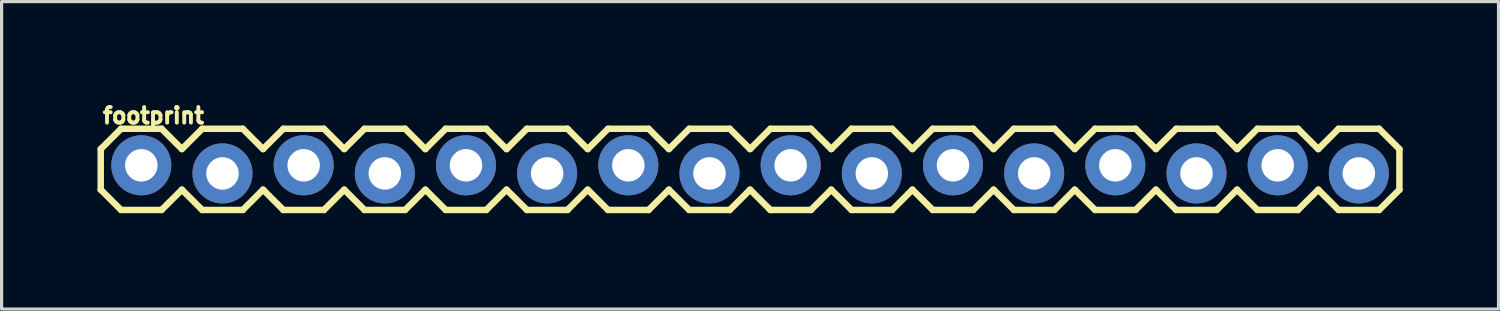
<source format=kicad_pcb>
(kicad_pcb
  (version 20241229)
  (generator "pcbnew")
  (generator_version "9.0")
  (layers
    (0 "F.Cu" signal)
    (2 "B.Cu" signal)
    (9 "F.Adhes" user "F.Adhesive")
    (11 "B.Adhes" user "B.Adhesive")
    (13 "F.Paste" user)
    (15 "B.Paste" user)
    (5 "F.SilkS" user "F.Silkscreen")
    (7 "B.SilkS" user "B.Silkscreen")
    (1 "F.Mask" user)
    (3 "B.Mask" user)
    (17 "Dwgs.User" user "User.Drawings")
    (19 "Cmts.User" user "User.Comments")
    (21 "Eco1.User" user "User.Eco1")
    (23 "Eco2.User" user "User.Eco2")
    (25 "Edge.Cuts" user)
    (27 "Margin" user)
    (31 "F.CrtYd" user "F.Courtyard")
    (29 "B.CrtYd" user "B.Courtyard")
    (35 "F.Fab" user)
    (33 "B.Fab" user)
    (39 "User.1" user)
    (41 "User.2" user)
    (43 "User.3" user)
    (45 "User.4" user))
  (footprint "footprint"
    (layer "F.Cu")
    (at 1.372 2.25)
    (property "Reference" "footprint" (at -1.27 -1.397 0) (layer "F.SilkS") (effects (font (size 0.488 0.488) (thickness 0.122)) (justify left bottom)))
    (fp_line (start -1.27 -0.635) (end -1.27 0.635) (stroke (width 0.203) (type solid)) (layer "F.SilkS"))
    (fp_line (start -1.27 0.635) (end -0.635 1.27) (stroke (width 0.203) (type solid)) (layer "F.SilkS"))
    (fp_line (start -0.635 -1.27) (end -1.27 -0.635) (stroke (width 0.203) (type solid)) (layer "F.SilkS"))
    (fp_line (start -0.635 -1.27) (end 0.635 -1.27) (stroke (width 0.203) (type solid)) (layer "F.SilkS"))
    (fp_line (start 0.635 -1.27) (end 1.27 -0.635) (stroke (width 0.203) (type solid)) (layer "F.SilkS"))
    (fp_line (start 0.635 1.27) (end -0.635 1.27) (stroke (width 0.203) (type solid)) (layer "F.SilkS"))
    (fp_line (start 1.27 -0.635) (end 1.905 -1.27) (stroke (width 0.203) (type solid)) (layer "F.SilkS"))
    (fp_line (start 1.27 0.635) (end 0.635 1.27) (stroke (width 0.203) (type solid)) (layer "F.SilkS"))
    (fp_line (start 1.905 -1.27) (end 3.175 -1.27) (stroke (width 0.203) (type solid)) (layer "F.SilkS"))
    (fp_line (start 1.905 1.27) (end 1.27 0.635) (stroke (width 0.203) (type solid)) (layer "F.SilkS"))
    (fp_line (start 3.175 -1.27) (end 3.81 -0.635) (stroke (width 0.203) (type solid)) (layer "F.SilkS"))
    (fp_line (start 3.175 1.27) (end 1.905 1.27) (stroke (width 0.203) (type solid)) (layer "F.SilkS"))
    (fp_line (start 3.81 -0.635) (end 4.445 -1.27) (stroke (width 0.203) (type solid)) (layer "F.SilkS"))
    (fp_line (start 3.81 0.635) (end 3.175 1.27) (stroke (width 0.203) (type solid)) (layer "F.SilkS"))
    (fp_line (start 4.445 -1.27) (end 5.715 -1.27) (stroke (width 0.203) (type solid)) (layer "F.SilkS"))
    (fp_line (start 4.445 1.27) (end 3.81 0.635) (stroke (width 0.203) (type solid)) (layer "F.SilkS"))
    (fp_line (start 5.715 -1.27) (end 6.35 -0.635) (stroke (width 0.203) (type solid)) (layer "F.SilkS"))
    (fp_line (start 5.715 1.27) (end 4.445 1.27) (stroke (width 0.203) (type solid)) (layer "F.SilkS"))
    (fp_line (start 6.35 0.635) (end 5.715 1.27) (stroke (width 0.203) (type solid)) (layer "F.SilkS"))
    (fp_line (start 6.35 0.635) (end 6.985 1.27) (stroke (width 0.203) (type solid)) (layer "F.SilkS"))
    (fp_line (start 6.985 -1.27) (end 6.35 -0.635) (stroke (width 0.203) (type solid)) (layer "F.SilkS"))
    (fp_line (start 6.985 -1.27) (end 8.255 -1.27) (stroke (width 0.203) (type solid)) (layer "F.SilkS"))
    (fp_line (start 8.255 -1.27) (end 8.89 -0.635) (stroke (width 0.203) (type solid)) (layer "F.SilkS"))
    (fp_line (start 8.255 1.27) (end 6.985 1.27) (stroke (width 0.203) (type solid)) (layer "F.SilkS"))
    (fp_line (start 8.89 -0.635) (end 9.525 -1.27) (stroke (width 0.203) (type solid)) (layer "F.SilkS"))
    (fp_line (start 8.89 0.635) (end 8.255 1.27) (stroke (width 0.203) (type solid)) (layer "F.SilkS"))
    (fp_line (start 9.525 -1.27) (end 10.795 -1.27) (stroke (width 0.203) (type solid)) (layer "F.SilkS"))
    (fp_line (start 9.525 1.27) (end 8.89 0.635) (stroke (width 0.203) (type solid)) (layer "F.SilkS"))
    (fp_line (start 10.795 -1.27) (end 11.43 -0.635) (stroke (width 0.203) (type solid)) (layer "F.SilkS"))
    (fp_line (start 10.795 1.27) (end 9.525 1.27) (stroke (width 0.203) (type solid)) (layer "F.SilkS"))
    (fp_line (start 11.43 -0.635) (end 12.065 -1.27) (stroke (width 0.203) (type solid)) (layer "F.SilkS"))
    (fp_line (start 11.43 0.635) (end 10.795 1.27) (stroke (width 0.203) (type solid)) (layer "F.SilkS"))
    (fp_line (start 12.065 -1.27) (end 13.335 -1.27) (stroke (width 0.203) (type solid)) (layer "F.SilkS"))
    (fp_line (start 12.065 1.27) (end 11.43 0.635) (stroke (width 0.203) (type solid)) (layer "F.SilkS"))
    (fp_line (start 13.335 -1.27) (end 13.97 -0.635) (stroke (width 0.203) (type solid)) (layer "F.SilkS"))
    (fp_line (start 13.335 1.27) (end 12.065 1.27) (stroke (width 0.203) (type solid)) (layer "F.SilkS"))
    (fp_line (start 13.97 0.635) (end 13.335 1.27) (stroke (width 0.203) (type solid)) (layer "F.SilkS"))
    (fp_line (start 13.97 0.635) (end 14.605 1.27) (stroke (width 0.203) (type solid)) (layer "F.SilkS"))
    (fp_line (start 14.605 -1.27) (end 13.97 -0.635) (stroke (width 0.203) (type solid)) (layer "F.SilkS"))
    (fp_line (start 14.605 -1.27) (end 15.875 -1.27) (stroke (width 0.203) (type solid)) (layer "F.SilkS"))
    (fp_line (start 15.875 -1.27) (end 16.51 -0.635) (stroke (width 0.203) (type solid)) (layer "F.SilkS"))
    (fp_line (start 15.875 1.27) (end 14.605 1.27) (stroke (width 0.203) (type solid)) (layer "F.SilkS"))
    (fp_line (start 16.51 0.635) (end 15.875 1.27) (stroke (width 0.203) (type solid)) (layer "F.SilkS"))
    (fp_line (start 16.51 0.635) (end 17.145 1.27) (stroke (width 0.203) (type solid)) (layer "F.SilkS"))
    (fp_line (start 17.145 -1.27) (end 16.51 -0.635) (stroke (width 0.203) (type solid)) (layer "F.SilkS"))
    (fp_line (start 17.145 -1.27) (end 18.415 -1.27) (stroke (width 0.203) (type solid)) (layer "F.SilkS"))
    (fp_line (start 18.415 -1.27) (end 19.05 -0.635) (stroke (width 0.203) (type solid)) (layer "F.SilkS"))
    (fp_line (start 18.415 1.27) (end 17.145 1.27) (stroke (width 0.203) (type solid)) (layer "F.SilkS"))
    (fp_line (start 19.05 -0.635) (end 19.685 -1.27) (stroke (width 0.203) (type solid)) (layer "F.SilkS"))
    (fp_line (start 19.05 0.635) (end 18.415 1.27) (stroke (width 0.203) (type solid)) (layer "F.SilkS"))
    (fp_line (start 19.685 -1.27) (end 20.955 -1.27) (stroke (width 0.203) (type solid)) (layer "F.SilkS"))
    (fp_line (start 19.685 1.27) (end 19.05 0.635) (stroke (width 0.203) (type solid)) (layer "F.SilkS"))
    (fp_line (start 20.955 -1.27) (end 21.59 -0.635) (stroke (width 0.203) (type solid)) (layer "F.SilkS"))
    (fp_line (start 20.955 1.27) (end 19.685 1.27) (stroke (width 0.203) (type solid)) (layer "F.SilkS"))
    (fp_line (start 21.59 -0.635) (end 22.225 -1.27) (stroke (width 0.203) (type solid)) (layer "F.SilkS"))
    (fp_line (start 21.59 0.635) (end 20.955 1.27) (stroke (width 0.203) (type solid)) (layer "F.SilkS"))
    (fp_line (start 22.225 -1.27) (end 23.495 -1.27) (stroke (width 0.203) (type solid)) (layer "F.SilkS"))
    (fp_line (start 22.225 1.27) (end 21.59 0.635) (stroke (width 0.203) (type solid)) (layer "F.SilkS"))
    (fp_line (start 23.495 -1.27) (end 24.13 -0.635) (stroke (width 0.203) (type solid)) (layer "F.SilkS"))
    (fp_line (start 23.495 1.27) (end 22.225 1.27) (stroke (width 0.203) (type solid)) (layer "F.SilkS"))
    (fp_line (start 24.13 0.635) (end 23.495 1.27) (stroke (width 0.203) (type solid)) (layer "F.SilkS"))
    (fp_line (start 24.13 0.635) (end 24.765 1.27) (stroke (width 0.203) (type solid)) (layer "F.SilkS"))
    (fp_line (start 24.765 -1.27) (end 24.13 -0.635) (stroke (width 0.203) (type solid)) (layer "F.SilkS"))
    (fp_line (start 24.765 -1.27) (end 26.035 -1.27) (stroke (width 0.203) (type solid)) (layer "F.SilkS"))
    (fp_line (start 26.035 -1.27) (end 26.67 -0.635) (stroke (width 0.203) (type solid)) (layer "F.SilkS"))
    (fp_line (start 26.035 1.27) (end 24.765 1.27) (stroke (width 0.203) (type solid)) (layer "F.SilkS"))
    (fp_line (start 26.67 -0.635) (end 27.305 -1.27) (stroke (width 0.203) (type solid)) (layer "F.SilkS"))
    (fp_line (start 26.67 0.635) (end 26.035 1.27) (stroke (width 0.203) (type solid)) (layer "F.SilkS"))
    (fp_line (start 27.305 -1.27) (end 28.575 -1.27) (stroke (width 0.203) (type solid)) (layer "F.SilkS"))
    (fp_line (start 27.305 1.27) (end 26.67 0.635) (stroke (width 0.203) (type solid)) (layer "F.SilkS"))
    (fp_line (start 28.575 -1.27) (end 29.21 -0.635) (stroke (width 0.203) (type solid)) (layer "F.SilkS"))
    (fp_line (start 28.575 1.27) (end 27.305 1.27) (stroke (width 0.203) (type solid)) (layer "F.SilkS"))
    (fp_line (start 29.21 -0.635) (end 29.845 -1.27) (stroke (width 0.203) (type solid)) (layer "F.SilkS"))
    (fp_line (start 29.21 0.635) (end 28.575 1.27) (stroke (width 0.203) (type solid)) (layer "F.SilkS"))
    (fp_line (start 29.845 -1.27) (end 31.115 -1.27) (stroke (width 0.203) (type solid)) (layer "F.SilkS"))
    (fp_line (start 29.845 1.27) (end 29.21 0.635) (stroke (width 0.203) (type solid)) (layer "F.SilkS"))
    (fp_line (start 31.115 -1.27) (end 31.75 -0.635) (stroke (width 0.203) (type solid)) (layer "F.SilkS"))
    (fp_line (start 31.115 1.27) (end 29.845 1.27) (stroke (width 0.203) (type solid)) (layer "F.SilkS"))
    (fp_line (start 31.75 0.635) (end 31.115 1.27) (stroke (width 0.203) (type solid)) (layer "F.SilkS"))
    (fp_line (start 31.75 0.635) (end 32.385 1.27) (stroke (width 0.203) (type solid)) (layer "F.SilkS"))
    (fp_line (start 32.385 -1.27) (end 31.75 -0.635) (stroke (width 0.203) (type solid)) (layer "F.SilkS"))
    (fp_line (start 32.385 -1.27) (end 33.655 -1.27) (stroke (width 0.203) (type solid)) (layer "F.SilkS"))
    (fp_line (start 33.655 -1.27) (end 34.29 -0.635) (stroke (width 0.203) (type solid)) (layer "F.SilkS"))
    (fp_line (start 33.655 1.27) (end 32.385 1.27) (stroke (width 0.203) (type solid)) (layer "F.SilkS"))
    (fp_line (start 34.29 0.635) (end 33.655 1.27) (stroke (width 0.203) (type solid)) (layer "F.SilkS"))
    (fp_line (start 34.29 0.635) (end 34.925 1.27) (stroke (width 0.203) (type solid)) (layer "F.SilkS"))
    (fp_line (start 34.925 -1.27) (end 34.29 -0.635) (stroke (width 0.203) (type solid)) (layer "F.SilkS"))
    (fp_line (start 34.925 -1.27) (end 36.195 -1.27) (stroke (width 0.203) (type solid)) (layer "F.SilkS"))
    (fp_line (start 36.195 -1.27) (end 36.83 -0.635) (stroke (width 0.203) (type solid)) (layer "F.SilkS"))
    (fp_line (start 36.195 1.27) (end 34.925 1.27) (stroke (width 0.203) (type solid)) (layer "F.SilkS"))
    (fp_line (start 36.83 0.635) (end 36.195 1.27) (stroke (width 0.203) (type solid)) (layer "F.SilkS"))
    (fp_line (start 36.83 0.635) (end 37.465 1.27) (stroke (width 0.203) (type solid)) (layer "F.SilkS"))
    (fp_line (start 37.465 -1.27) (end 36.83 -0.635) (stroke (width 0.203) (type solid)) (layer "F.SilkS"))
    (fp_line (start 37.465 -1.27) (end 38.735 -1.27) (stroke (width 0.203) (type solid)) (layer "F.SilkS"))
    (fp_line (start 38.735 -1.27) (end 39.37 -0.635) (stroke (width 0.203) (type solid)) (layer "F.SilkS"))
    (fp_line (start 38.735 1.27) (end 37.465 1.27) (stroke (width 0.203) (type solid)) (layer "F.SilkS"))
    (fp_line (start 39.37 -0.635) (end 39.37 0.635) (stroke (width 0.203) (type solid)) (layer "F.SilkS"))
    (fp_line (start 39.37 0.635) (end 38.735 1.27) (stroke (width 0.203) (type solid)) (layer "F.SilkS"))
    (fp_poly (pts (xy -0.254 0.254) (xy 0.254 0.254) (xy 0.254 -0.254) (xy -0.254 -0.254)) (stroke (width 0.1) (type solid)) (fill no) (layer "F.Fab"))
    (fp_poly (pts (xy 2.286 0.254) (xy 2.794 0.254) (xy 2.794 -0.254) (xy 2.286 -0.254)) (stroke (width 0.1) (type solid)) (fill no) (layer "F.Fab"))
    (fp_poly (pts (xy 4.826 0.254) (xy 5.334 0.254) (xy 5.334 -0.254) (xy 4.826 -0.254)) (stroke (width 0.1) (type solid)) (fill no) (layer "F.Fab"))
    (fp_poly (pts (xy 7.366 0.254) (xy 7.874 0.254) (xy 7.874 -0.254) (xy 7.366 -0.254)) (stroke (width 0.1) (type solid)) (fill no) (layer "F.Fab"))
    (fp_poly (pts (xy 9.906 0.254) (xy 10.414 0.254) (xy 10.414 -0.254) (xy 9.906 -0.254)) (stroke (width 0.1) (type solid)) (fill no) (layer "F.Fab"))
    (fp_poly (pts (xy 12.446 0.254) (xy 12.954 0.254) (xy 12.954 -0.254) (xy 12.446 -0.254)) (stroke (width 0.1) (type solid)) (fill no) (layer "F.Fab"))
    (fp_poly (pts (xy 14.986 0.254) (xy 15.494 0.254) (xy 15.494 -0.254) (xy 14.986 -0.254)) (stroke (width 0.1) (type solid)) (fill no) (layer "F.Fab"))
    (fp_poly (pts (xy 17.526 0.254) (xy 18.034 0.254) (xy 18.034 -0.254) (xy 17.526 -0.254)) (stroke (width 0.1) (type solid)) (fill no) (layer "F.Fab"))
    (fp_poly (pts (xy 20.066 0.254) (xy 20.574 0.254) (xy 20.574 -0.254) (xy 20.066 -0.254)) (stroke (width 0.1) (type solid)) (fill no) (layer "F.Fab"))
    (fp_poly (pts (xy 22.606 0.254) (xy 23.114 0.254) (xy 23.114 -0.254) (xy 22.606 -0.254)) (stroke (width 0.1) (type solid)) (fill no) (layer "F.Fab"))
    (fp_poly (pts (xy 25.146 0.254) (xy 25.654 0.254) (xy 25.654 -0.254) (xy 25.146 -0.254)) (stroke (width 0.1) (type solid)) (fill no) (layer "F.Fab"))
    (fp_poly (pts (xy 27.686 0.254) (xy 28.194 0.254) (xy 28.194 -0.254) (xy 27.686 -0.254)) (stroke (width 0.1) (type solid)) (fill no) (layer "F.Fab"))
    (fp_poly (pts (xy 30.226 0.254) (xy 30.734 0.254) (xy 30.734 -0.254) (xy 30.226 -0.254)) (stroke (width 0.1) (type solid)) (fill no) (layer "F.Fab"))
    (fp_poly (pts (xy 32.766 0.254) (xy 33.274 0.254) (xy 33.274 -0.254) (xy 32.766 -0.254)) (stroke (width 0.1) (type solid)) (fill no) (layer "F.Fab"))
    (fp_poly (pts (xy 35.306 0.254) (xy 35.814 0.254) (xy 35.814 -0.254) (xy 35.306 -0.254)) (stroke (width 0.1) (type solid)) (fill no) (layer "F.Fab"))
    (fp_poly (pts (xy 37.846 0.254) (xy 38.354 0.254) (xy 38.354 -0.254) (xy 37.846 -0.254)) (stroke (width 0.1) (type solid)) (fill no) (layer "F.Fab"))
    (pad "1" thru_hole circle (at 0 -0.127 90) (size 1.88 1.88) (drill 1.016) (layers "*.Cu" "*.Mask"))
    (pad "2" thru_hole circle (at 2.54 0.127 90) (size 1.88 1.88) (drill 1.016) (layers "*.Cu" "*.Mask"))
    (pad "3" thru_hole circle (at 5.08 -0.127 90) (size 1.88 1.88) (drill 1.016) (layers "*.Cu" "*.Mask"))
    (pad "4" thru_hole circle (at 7.62 0.127 90) (size 1.88 1.88) (drill 1.016) (layers "*.Cu" "*.Mask"))
    (pad "5" thru_hole circle (at 10.16 -0.127 90) (size 1.88 1.88) (drill 1.016) (layers "*.Cu" "*.Mask"))
    (pad "6" thru_hole circle (at 12.7 0.127 90) (size 1.88 1.88) (drill 1.016) (layers "*.Cu" "*.Mask"))
    (pad "7" thru_hole circle (at 15.24 -0.127 90) (size 1.88 1.88) (drill 1.016) (layers "*.Cu" "*.Mask"))
    (pad "8" thru_hole circle (at 17.78 0.127 90) (size 1.88 1.88) (drill 1.016) (layers "*.Cu" "*.Mask"))
    (pad "9" thru_hole circle (at 20.32 -0.127 90) (size 1.88 1.88) (drill 1.016) (layers "*.Cu" "*.Mask"))
    (pad "10" thru_hole circle (at 22.86 0.127 90) (size 1.88 1.88) (drill 1.016) (layers "*.Cu" "*.Mask"))
    (pad "11" thru_hole circle (at 25.4 -0.127 90) (size 1.88 1.88) (drill 1.016) (layers "*.Cu" "*.Mask"))
    (pad "12" thru_hole circle (at 27.94 0.127 90) (size 1.88 1.88) (drill 1.016) (layers "*.Cu" "*.Mask"))
    (pad "13" thru_hole circle (at 30.48 -0.127 90) (size 1.88 1.88) (drill 1.016) (layers "*.Cu" "*.Mask"))
    (pad "14" thru_hole circle (at 33.02 0.127 90) (size 1.88 1.88) (drill 1.016) (layers "*.Cu" "*.Mask"))
    (pad "15" thru_hole circle (at 35.56 -0.127 90) (size 1.88 1.88) (drill 1.016) (layers "*.Cu" "*.Mask"))
    (pad "16" thru_hole circle (at 38.1 0.127 90) (size 1.88 1.88) (drill 1.016) (layers "*.Cu" "*.Mask")))
  (gr_rect
    (start -3 -3)
    (end 43.843 6.622)
    (stroke (width 0.1) (type default))
    (fill no)
    (layer "Edge.Cuts")))
</source>
